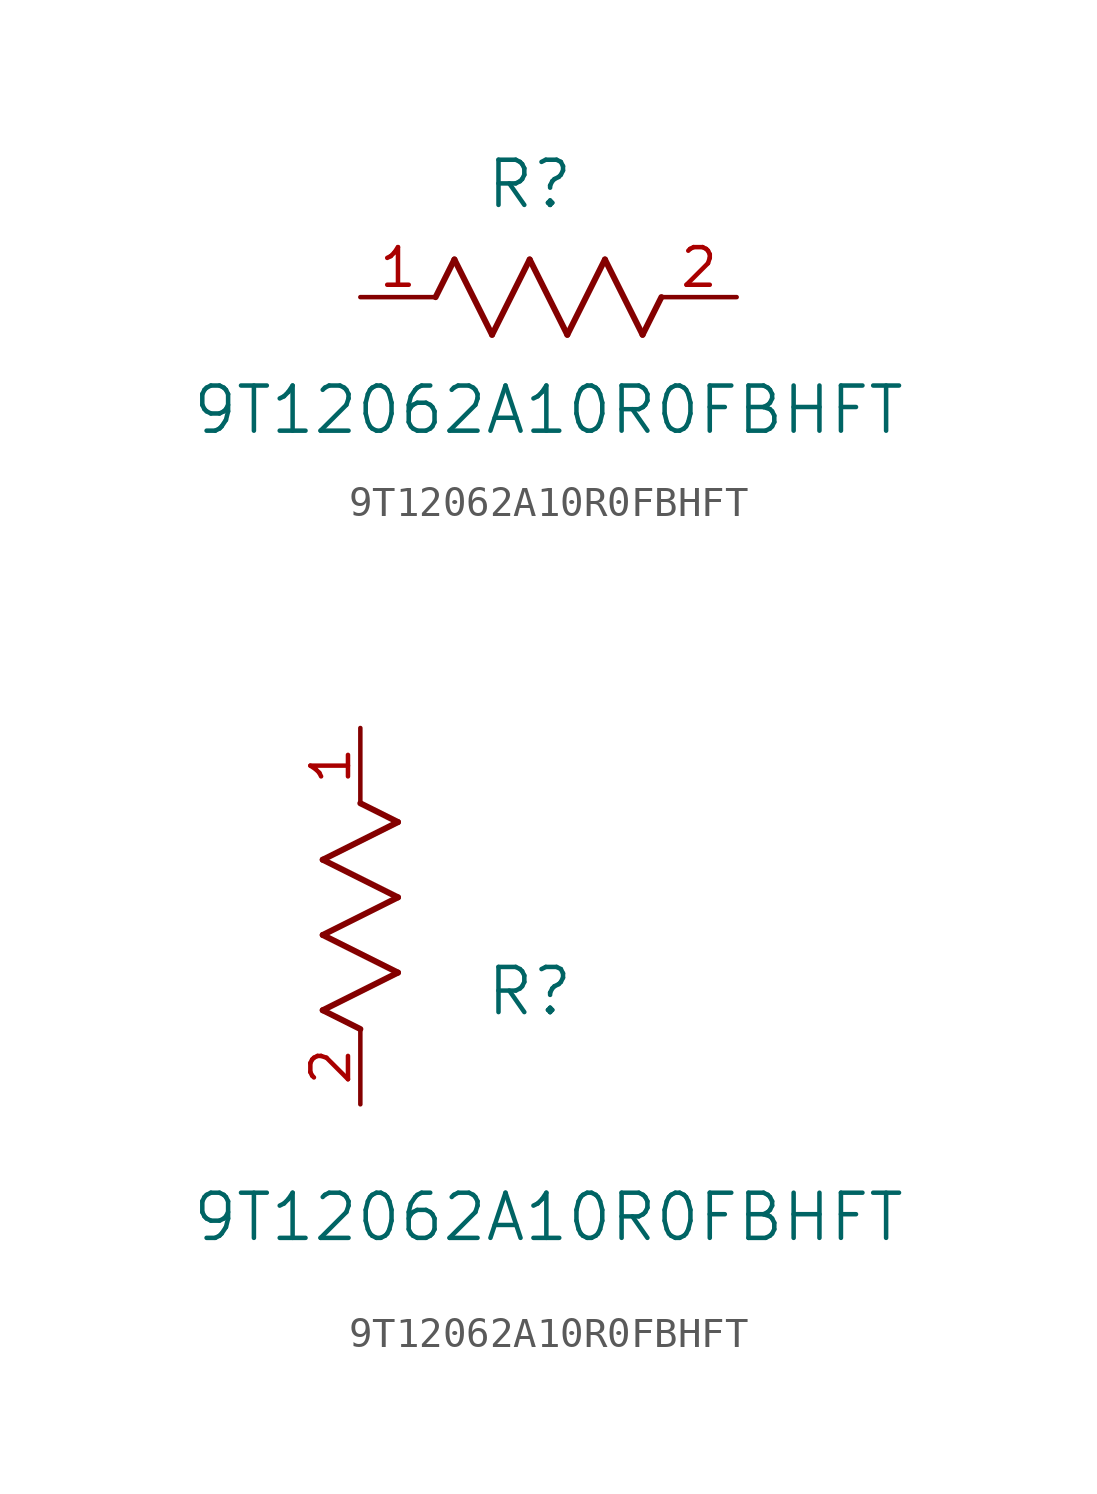
<source format=kicad_sym>
(kicad_symbol_lib
  (version 20211014)
  (generator kicad_symbol_editor)
  (symbol "9T12062A10R0FBHFT"
    (pin_names
      (offset 0.254))
    (property "Reference" "R"
      (at 5.715 3.81 0)
      (effects (font (size 1.524 1.524))))
    (property "Value" "9T12062A10R0FBHFT"
      (at 6.35 -3.81 0)
      (effects (font (size 1.524 1.524))))
    (symbol "9T12062A10R0FBHFT_1_1"
      (polyline (pts (xy 3.175 1.27) (xy 4.445 -1.27)) (stroke (width 0.203) (type default) (color 0 0 0 0)) (fill (type none)))
      (polyline (pts (xy 4.445 -1.27) (xy 5.715 1.27)) (stroke (width 0.203) (type default) (color 0 0 0 0)) (fill (type none)))
      (polyline (pts (xy 5.715 1.27) (xy 6.985 -1.27)) (stroke (width 0.203) (type default) (color 0 0 0 0)) (fill (type none)))
      (polyline (pts (xy 6.985 -1.27) (xy 8.255 1.27)) (stroke (width 0.203) (type default) (color 0 0 0 0)) (fill (type none)))
      (polyline (pts (xy 8.255 1.27) (xy 9.525 -1.27)) (stroke (width 0.203) (type default) (color 0 0 0 0)) (fill (type none)))
      (polyline (pts (xy 2.54 0) (xy 3.175 1.27)) (stroke (width 0.203) (type default) (color 0 0 0 0)) (fill (type none)))
      (polyline (pts (xy 9.525 -1.27) (xy 10.16 0)) (stroke (width 0.203) (type default) (color 0 0 0 0)) (fill (type none)))
      (pin unspecified line (at 0 0 0) (length 2.54) (name "" (effects (font (size 1.27 1.27)))) (number "1" (effects (font (size 1.27 1.27)))))
      (pin unspecified line (at 12.7 0 180) (length 2.54) (name "" (effects (font (size 1.27 1.27)))) (number "2" (effects (font (size 1.27 1.27))))))
    (symbol "9T12062A10R0FBHFT_1_2"
      (polyline (pts (xy 0 2.54) (xy -1.27 3.175)) (stroke (width 0.203) (type default) (color 0 0 0 0)) (fill (type none)))
      (polyline (pts (xy -1.27 3.175) (xy 1.27 4.445)) (stroke (width 0.203) (type default) (color 0 0 0 0)) (fill (type none)))
      (polyline (pts (xy 1.27 4.445) (xy -1.27 5.715)) (stroke (width 0.203) (type default) (color 0 0 0 0)) (fill (type none)))
      (polyline (pts (xy -1.27 5.715) (xy 1.27 6.985)) (stroke (width 0.203) (type default) (color 0 0 0 0)) (fill (type none)))
      (polyline (pts (xy -1.27 8.255) (xy 1.27 9.525)) (stroke (width 0.203) (type default) (color 0 0 0 0)) (fill (type none)))
      (polyline (pts (xy 1.27 9.525) (xy 0 10.16)) (stroke (width 0.203) (type default) (color 0 0 0 0)) (fill (type none)))
      (polyline (pts (xy 1.27 6.985) (xy -1.27 8.255)) (stroke (width 0.203) (type default) (color 0 0 0 0)) (fill (type none)))
      (pin unspecified line (at 0 12.7 270) (length 2.54) (name "" (effects (font (size 1.27 1.27)))) (number "1" (effects (font (size 1.27 1.27)))))
      (pin unspecified line (at 0 0 90) (length 2.54) (name "" (effects (font (size 1.27 1.27)))) (number "2" (effects (font (size 1.27 1.27))))))))
</source>
